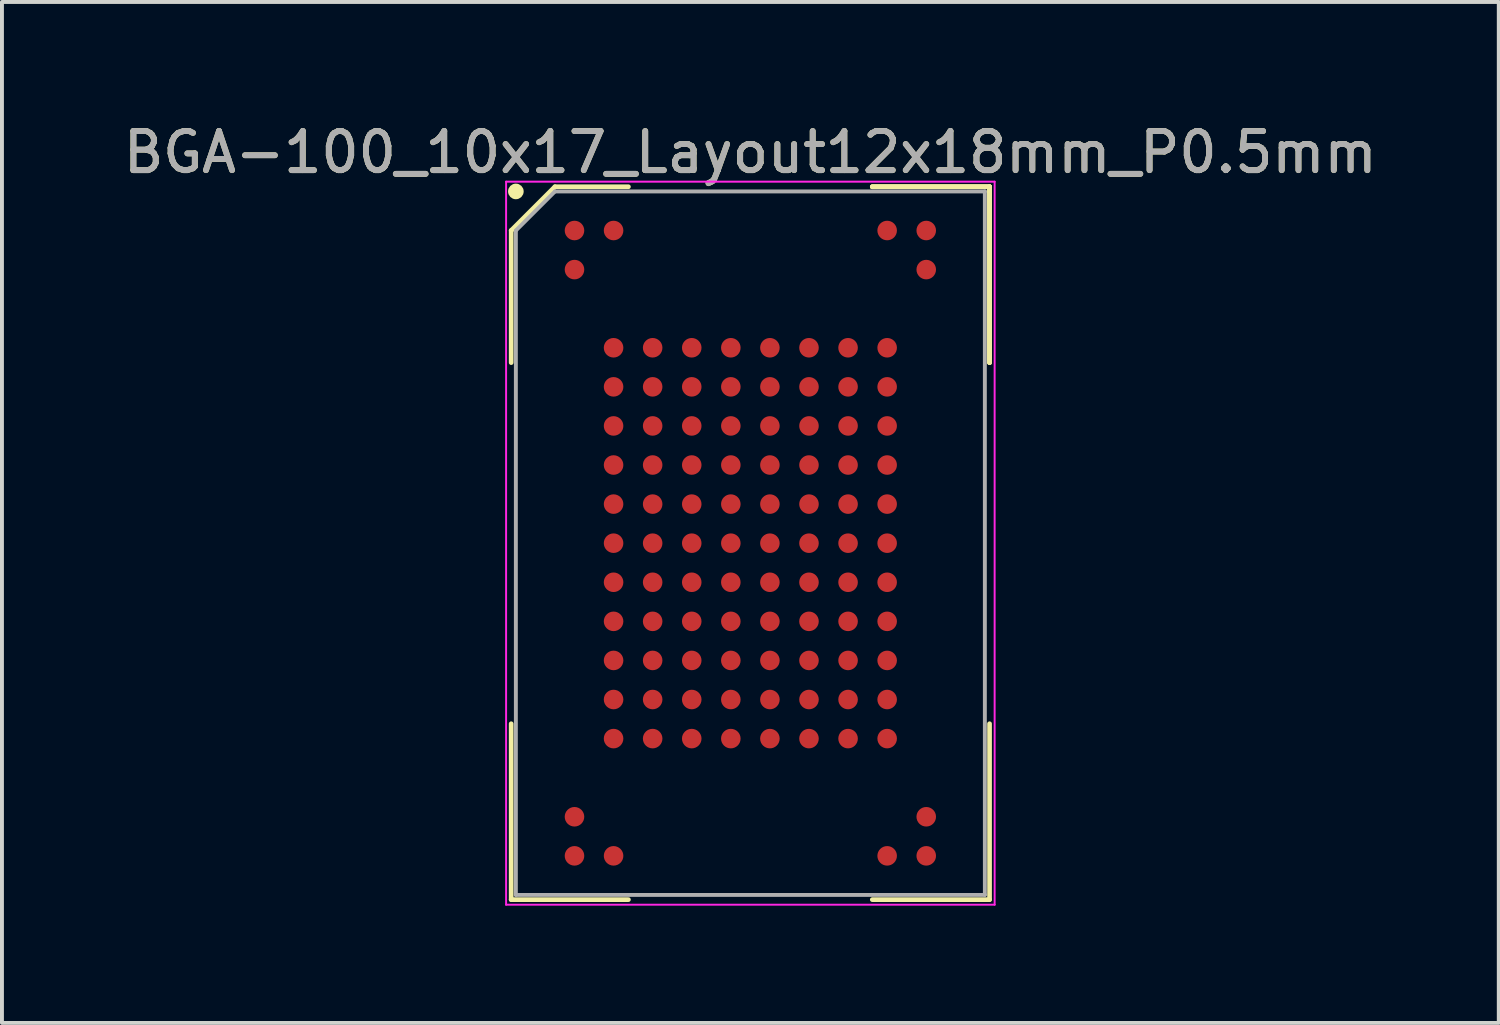
<source format=kicad_pcb>
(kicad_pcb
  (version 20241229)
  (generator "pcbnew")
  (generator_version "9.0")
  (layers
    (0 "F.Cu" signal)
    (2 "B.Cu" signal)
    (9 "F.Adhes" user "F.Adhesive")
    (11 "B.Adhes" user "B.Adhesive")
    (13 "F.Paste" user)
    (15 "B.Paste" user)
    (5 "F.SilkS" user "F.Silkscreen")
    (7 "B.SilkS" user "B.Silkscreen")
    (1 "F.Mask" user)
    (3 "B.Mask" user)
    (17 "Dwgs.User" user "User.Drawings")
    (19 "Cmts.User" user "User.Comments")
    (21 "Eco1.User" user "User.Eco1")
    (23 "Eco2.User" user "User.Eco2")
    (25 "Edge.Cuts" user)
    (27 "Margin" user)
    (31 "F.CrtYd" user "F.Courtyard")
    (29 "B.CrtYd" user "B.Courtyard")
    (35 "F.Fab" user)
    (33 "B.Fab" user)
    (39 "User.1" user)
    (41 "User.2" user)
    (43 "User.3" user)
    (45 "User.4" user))
  (footprint "BGA-100_10x17_Layout12x18mm_P0.5mm"
    (layer "F.Cu")
    (at 16.149 10.848)
    (property "Reference" "BGA-100_10x17_Layout12x18mm_P0.5mm" (at 0 -10 0) (layer "F.SilkS") (effects (font (size 1 1) (thickness 0.15))))
    (attr smd)
    (fp_line (start -6.12 -8) (end -6.12 -4.62) (stroke (width 0.12) (type solid)) (layer "F.SilkS"))
    (fp_line (start -6.12 9.12) (end -6.12 4.62) (stroke (width 0.12) (type solid)) (layer "F.SilkS"))
    (fp_line (start -5 -9.12) (end -6.12 -8) (stroke (width 0.12) (type solid)) (layer "F.SilkS"))
    (fp_line (start -3.12 -9.12) (end -5 -9.12) (stroke (width 0.12) (type solid)) (layer "F.SilkS"))
    (fp_line (start -3.12 9.12) (end -6.12 9.12) (stroke (width 0.12) (type solid)) (layer "F.SilkS"))
    (fp_line (start 3.12 -9.12) (end 6.12 -9.12) (stroke (width 0.12) (type solid)) (layer "F.SilkS"))
    (fp_line (start 3.12 -9.12) (end 6.12 -9.12) (stroke (width 0.12) (type solid)) (layer "F.SilkS"))
    (fp_line (start 3.12 -9.12) (end 6.12 -9.12) (stroke (width 0.12) (type solid)) (layer "F.SilkS"))
    (fp_line (start 3.12 9.12) (end 6.12 9.12) (stroke (width 0.12) (type solid)) (layer "F.SilkS"))
    (fp_line (start 6.12 -9.12) (end 6.12 -4.62) (stroke (width 0.12) (type solid)) (layer "F.SilkS"))
    (fp_line (start 6.12 -9.12) (end 6.12 -4.62) (stroke (width 0.12) (type solid)) (layer "F.SilkS"))
    (fp_line (start 6.12 -9.12) (end 6.12 -4.62) (stroke (width 0.12) (type solid)) (layer "F.SilkS"))
    (fp_line (start 6.12 9.12) (end 6.12 4.62) (stroke (width 0.12) (type solid)) (layer "F.SilkS"))
    (fp_circle (center -6 -9) (end -6 -8.9) (stroke (width 0.2) (type solid)) (fill no) (layer "F.SilkS"))
    (fp_line (start -6.25 -9.25) (end 6.25 -9.25) (stroke (width 0.05) (type solid)) (layer "F.CrtYd"))
    (fp_line (start -6.25 9.25) (end -6.25 -9.25) (stroke (width 0.05) (type solid)) (layer "F.CrtYd"))
    (fp_line (start 6.25 -9.25) (end 6.25 9.25) (stroke (width 0.05) (type solid)) (layer "F.CrtYd"))
    (fp_line (start 6.25 9.25) (end -6.25 9.25) (stroke (width 0.05) (type solid)) (layer "F.CrtYd"))
    (fp_line (start -6 -8) (end -6 9) (stroke (width 0.1) (type solid)) (layer "F.Fab"))
    (fp_line (start -6 9) (end 6 9) (stroke (width 0.1) (type solid)) (layer "F.Fab"))
    (fp_line (start -5 -9) (end -6 -8) (stroke (width 0.1) (type solid)) (layer "F.Fab"))
    (fp_line (start 6 -9) (end -5 -9) (stroke (width 0.1) (type solid)) (layer "F.Fab"))
    (fp_line (start 6 9) (end 6 -9) (stroke (width 0.1) (type solid)) (layer "F.Fab"))
    (fp_text user "${REFERENCE}" (at 0 -10 0) (layer "F.Fab") (effects (font (size 1 1) (thickness 0.15))))
    (pad "A1" smd circle (at -4.5 -8) (size 0.5 0.5) (layers "F.Cu" "F.Mask" "F.Paste"))
    (pad "A2" smd circle (at -3.5 -8) (size 0.5 0.5) (layers "F.Cu" "F.Mask" "F.Paste"))
    (pad "A9" smd circle (at 3.5 -8) (size 0.5 0.5) (layers "F.Cu" "F.Mask" "F.Paste"))
    (pad "A10" smd circle (at 4.5 -8) (size 0.5 0.5) (layers "F.Cu" "F.Mask" "F.Paste"))
    (pad "B1" smd circle (at -4.5 -7) (size 0.5 0.5) (layers "F.Cu" "F.Mask" "F.Paste"))
    (pad "B10" smd circle (at 4.5 -7) (size 0.5 0.5) (layers "F.Cu" "F.Mask" "F.Paste"))
    (pad "D2" smd circle (at -3.5 -5) (size 0.5 0.5) (layers "F.Cu" "F.Mask" "F.Paste"))
    (pad "D3" smd circle (at -2.5 -5) (size 0.5 0.5) (layers "F.Cu" "F.Mask" "F.Paste"))
    (pad "D4" smd circle (at -1.5 -5) (size 0.5 0.5) (layers "F.Cu" "F.Mask" "F.Paste"))
    (pad "D5" smd circle (at -0.5 -5) (size 0.5 0.5) (layers "F.Cu" "F.Mask" "F.Paste"))
    (pad "D6" smd circle (at 0.5 -5) (size 0.5 0.5) (layers "F.Cu" "F.Mask" "F.Paste"))
    (pad "D7" smd circle (at 1.5 -5) (size 0.5 0.5) (layers "F.Cu" "F.Mask" "F.Paste"))
    (pad "D8" smd circle (at 2.5 -5) (size 0.5 0.5) (layers "F.Cu" "F.Mask" "F.Paste"))
    (pad "D9" smd circle (at 3.5 -5) (size 0.5 0.5) (layers "F.Cu" "F.Mask" "F.Paste"))
    (pad "E2" smd circle (at -3.5 -4) (size 0.5 0.5) (layers "F.Cu" "F.Mask" "F.Paste"))
    (pad "E3" smd circle (at -2.5 -4) (size 0.5 0.5) (layers "F.Cu" "F.Mask" "F.Paste"))
    (pad "E4" smd circle (at -1.5 -4) (size 0.5 0.5) (layers "F.Cu" "F.Mask" "F.Paste"))
    (pad "E5" smd circle (at -0.5 -4) (size 0.5 0.5) (layers "F.Cu" "F.Mask" "F.Paste"))
    (pad "E6" smd circle (at 0.5 -4) (size 0.5 0.5) (layers "F.Cu" "F.Mask" "F.Paste"))
    (pad "E7" smd circle (at 1.5 -4) (size 0.5 0.5) (layers "F.Cu" "F.Mask" "F.Paste"))
    (pad "E8" smd circle (at 2.5 -4) (size 0.5 0.5) (layers "F.Cu" "F.Mask" "F.Paste"))
    (pad "E9" smd circle (at 3.5 -4) (size 0.5 0.5) (layers "F.Cu" "F.Mask" "F.Paste"))
    (pad "F2" smd circle (at -3.5 -3) (size 0.5 0.5) (layers "F.Cu" "F.Mask" "F.Paste"))
    (pad "F3" smd circle (at -2.5 -3) (size 0.5 0.5) (layers "F.Cu" "F.Mask" "F.Paste"))
    (pad "F4" smd circle (at -1.5 -3) (size 0.5 0.5) (layers "F.Cu" "F.Mask" "F.Paste"))
    (pad "F5" smd circle (at -0.5 -3) (size 0.5 0.5) (layers "F.Cu" "F.Mask" "F.Paste"))
    (pad "F6" smd circle (at 0.5 -3) (size 0.5 0.5) (layers "F.Cu" "F.Mask" "F.Paste"))
    (pad "F7" smd circle (at 1.5 -3) (size 0.5 0.5) (layers "F.Cu" "F.Mask" "F.Paste"))
    (pad "F8" smd circle (at 2.5 -3) (size 0.5 0.5) (layers "F.Cu" "F.Mask" "F.Paste"))
    (pad "F9" smd circle (at 3.5 -3) (size 0.5 0.5) (layers "F.Cu" "F.Mask" "F.Paste"))
    (pad "G2" smd circle (at -3.5 -2) (size 0.5 0.5) (layers "F.Cu" "F.Mask" "F.Paste"))
    (pad "G3" smd circle (at -2.5 -2) (size 0.5 0.5) (layers "F.Cu" "F.Mask" "F.Paste"))
    (pad "G4" smd circle (at -1.5 -2) (size 0.5 0.5) (layers "F.Cu" "F.Mask" "F.Paste"))
    (pad "G5" smd circle (at -0.5 -2) (size 0.5 0.5) (layers "F.Cu" "F.Mask" "F.Paste"))
    (pad "G6" smd circle (at 0.5 -2) (size 0.5 0.5) (layers "F.Cu" "F.Mask" "F.Paste"))
    (pad "G7" smd circle (at 1.5 -2) (size 0.5 0.5) (layers "F.Cu" "F.Mask" "F.Paste"))
    (pad "G8" smd circle (at 2.5 -2) (size 0.5 0.5) (layers "F.Cu" "F.Mask" "F.Paste"))
    (pad "G9" smd circle (at 3.5 -2) (size 0.5 0.5) (layers "F.Cu" "F.Mask" "F.Paste"))
    (pad "H2" smd circle (at -3.5 -1) (size 0.5 0.5) (layers "F.Cu" "F.Mask" "F.Paste"))
    (pad "H3" smd circle (at -2.5 -1) (size 0.5 0.5) (layers "F.Cu" "F.Mask" "F.Paste"))
    (pad "H4" smd circle (at -1.5 -1) (size 0.5 0.5) (layers "F.Cu" "F.Mask" "F.Paste"))
    (pad "H5" smd circle (at -0.5 -1) (size 0.5 0.5) (layers "F.Cu" "F.Mask" "F.Paste"))
    (pad "H6" smd circle (at 0.5 -1) (size 0.5 0.5) (layers "F.Cu" "F.Mask" "F.Paste"))
    (pad "H7" smd circle (at 1.5 -1) (size 0.5 0.5) (layers "F.Cu" "F.Mask" "F.Paste"))
    (pad "H8" smd circle (at 2.5 -1) (size 0.5 0.5) (layers "F.Cu" "F.Mask" "F.Paste"))
    (pad "H9" smd circle (at 3.5 -1) (size 0.5 0.5) (layers "F.Cu" "F.Mask" "F.Paste"))
    (pad "J2" smd circle (at -3.5 0) (size 0.5 0.5) (layers "F.Cu" "F.Mask" "F.Paste"))
    (pad "J3" smd circle (at -2.5 0) (size 0.5 0.5) (layers "F.Cu" "F.Mask" "F.Paste"))
    (pad "J4" smd circle (at -1.5 0) (size 0.5 0.5) (layers "F.Cu" "F.Mask" "F.Paste"))
    (pad "J5" smd circle (at -0.5 0) (size 0.5 0.5) (layers "F.Cu" "F.Mask" "F.Paste"))
    (pad "J6" smd circle (at 0.5 0) (size 0.5 0.5) (layers "F.Cu" "F.Mask" "F.Paste"))
    (pad "J7" smd circle (at 1.5 0) (size 0.5 0.5) (layers "F.Cu" "F.Mask" "F.Paste"))
    (pad "J8" smd circle (at 2.5 0) (size 0.5 0.5) (layers "F.Cu" "F.Mask" "F.Paste"))
    (pad "J9" smd circle (at 3.5 0) (size 0.5 0.5) (layers "F.Cu" "F.Mask" "F.Paste"))
    (pad "K2" smd circle (at -3.5 1) (size 0.5 0.5) (layers "F.Cu" "F.Mask" "F.Paste"))
    (pad "K3" smd circle (at -2.5 1) (size 0.5 0.5) (layers "F.Cu" "F.Mask" "F.Paste"))
    (pad "K4" smd circle (at -1.5 1) (size 0.5 0.5) (layers "F.Cu" "F.Mask" "F.Paste"))
    (pad "K5" smd circle (at -0.5 1) (size 0.5 0.5) (layers "F.Cu" "F.Mask" "F.Paste"))
    (pad "K6" smd circle (at 0.5 1) (size 0.5 0.5) (layers "F.Cu" "F.Mask" "F.Paste"))
    (pad "K7" smd circle (at 1.5 1) (size 0.5 0.5) (layers "F.Cu" "F.Mask" "F.Paste"))
    (pad "K8" smd circle (at 2.5 1) (size 0.5 0.5) (layers "F.Cu" "F.Mask" "F.Paste"))
    (pad "K9" smd circle (at 3.5 1) (size 0.5 0.5) (layers "F.Cu" "F.Mask" "F.Paste"))
    (pad "L2" smd circle (at -3.5 2) (size 0.5 0.5) (layers "F.Cu" "F.Mask" "F.Paste"))
    (pad "L3" smd circle (at -2.5 2) (size 0.5 0.5) (layers "F.Cu" "F.Mask" "F.Paste"))
    (pad "L4" smd circle (at -1.5 2) (size 0.5 0.5) (layers "F.Cu" "F.Mask" "F.Paste"))
    (pad "L5" smd circle (at -0.5 2) (size 0.5 0.5) (layers "F.Cu" "F.Mask" "F.Paste"))
    (pad "L6" smd circle (at 0.5 2) (size 0.5 0.5) (layers "F.Cu" "F.Mask" "F.Paste"))
    (pad "L7" smd circle (at 1.5 2) (size 0.5 0.5) (layers "F.Cu" "F.Mask" "F.Paste"))
    (pad "L8" smd circle (at 2.5 2) (size 0.5 0.5) (layers "F.Cu" "F.Mask" "F.Paste"))
    (pad "L9" smd circle (at 3.5 2) (size 0.5 0.5) (layers "F.Cu" "F.Mask" "F.Paste"))
    (pad "M2" smd circle (at -3.5 3) (size 0.5 0.5) (layers "F.Cu" "F.Mask" "F.Paste"))
    (pad "M3" smd circle (at -2.5 3) (size 0.5 0.5) (layers "F.Cu" "F.Mask" "F.Paste"))
    (pad "M4" smd circle (at -1.5 3) (size 0.5 0.5) (layers "F.Cu" "F.Mask" "F.Paste"))
    (pad "M5" smd circle (at -0.5 3) (size 0.5 0.5) (layers "F.Cu" "F.Mask" "F.Paste"))
    (pad "M6" smd circle (at 0.5 3) (size 0.5 0.5) (layers "F.Cu" "F.Mask" "F.Paste"))
    (pad "M7" smd circle (at 1.5 3) (size 0.5 0.5) (layers "F.Cu" "F.Mask" "F.Paste"))
    (pad "M8" smd circle (at 2.5 3) (size 0.5 0.5) (layers "F.Cu" "F.Mask" "F.Paste"))
    (pad "M9" smd circle (at 3.5 3) (size 0.5 0.5) (layers "F.Cu" "F.Mask" "F.Paste"))
    (pad "N2" smd circle (at -3.5 4) (size 0.5 0.5) (layers "F.Cu" "F.Mask" "F.Paste"))
    (pad "N3" smd circle (at -2.5 4) (size 0.5 0.5) (layers "F.Cu" "F.Mask" "F.Paste"))
    (pad "N4" smd circle (at -1.5 4) (size 0.5 0.5) (layers "F.Cu" "F.Mask" "F.Paste"))
    (pad "N5" smd circle (at -0.5 4) (size 0.5 0.5) (layers "F.Cu" "F.Mask" "F.Paste"))
    (pad "N6" smd circle (at 0.5 4) (size 0.5 0.5) (layers "F.Cu" "F.Mask" "F.Paste"))
    (pad "N7" smd circle (at 1.5 4) (size 0.5 0.5) (layers "F.Cu" "F.Mask" "F.Paste"))
    (pad "N8" smd circle (at 2.5 4) (size 0.5 0.5) (layers "F.Cu" "F.Mask" "F.Paste"))
    (pad "N9" smd circle (at 3.5 4) (size 0.5 0.5) (layers "F.Cu" "F.Mask" "F.Paste"))
    (pad "P2" smd circle (at -3.5 5) (size 0.5 0.5) (layers "F.Cu" "F.Mask" "F.Paste"))
    (pad "P3" smd circle (at -2.5 5) (size 0.5 0.5) (layers "F.Cu" "F.Mask" "F.Paste"))
    (pad "P4" smd circle (at -1.5 5) (size 0.5 0.5) (layers "F.Cu" "F.Mask" "F.Paste"))
    (pad "P5" smd circle (at -0.5 5) (size 0.5 0.5) (layers "F.Cu" "F.Mask" "F.Paste"))
    (pad "P6" smd circle (at 0.5 5) (size 0.5 0.5) (layers "F.Cu" "F.Mask" "F.Paste"))
    (pad "P7" smd circle (at 1.5 5) (size 0.5 0.5) (layers "F.Cu" "F.Mask" "F.Paste"))
    (pad "P8" smd circle (at 2.5 5) (size 0.5 0.5) (layers "F.Cu" "F.Mask" "F.Paste"))
    (pad "P9" smd circle (at 3.5 5) (size 0.5 0.5) (layers "F.Cu" "F.Mask" "F.Paste"))
    (pad "T1" smd circle (at -4.5 7) (size 0.5 0.5) (layers "F.Cu" "F.Mask" "F.Paste"))
    (pad "T10" smd circle (at 4.5 7) (size 0.5 0.5) (layers "F.Cu" "F.Mask" "F.Paste"))
    (pad "U1" smd circle (at -4.5 8) (size 0.5 0.5) (layers "F.Cu" "F.Mask" "F.Paste"))
    (pad "U2" smd circle (at -3.5 8) (size 0.5 0.5) (layers "F.Cu" "F.Mask" "F.Paste"))
    (pad "U9" smd circle (at 3.5 8) (size 0.5 0.5) (layers "F.Cu" "F.Mask" "F.Paste"))
    (pad "U10" smd circle (at 4.5 8) (size 0.5 0.5) (layers "F.Cu" "F.Mask" "F.Paste")))
  (gr_rect
    (start -3 -3)
    (end 35.298 23.123)
    (stroke (width 0.1) (type default))
    (fill no)
    (layer "Edge.Cuts")))
</source>
